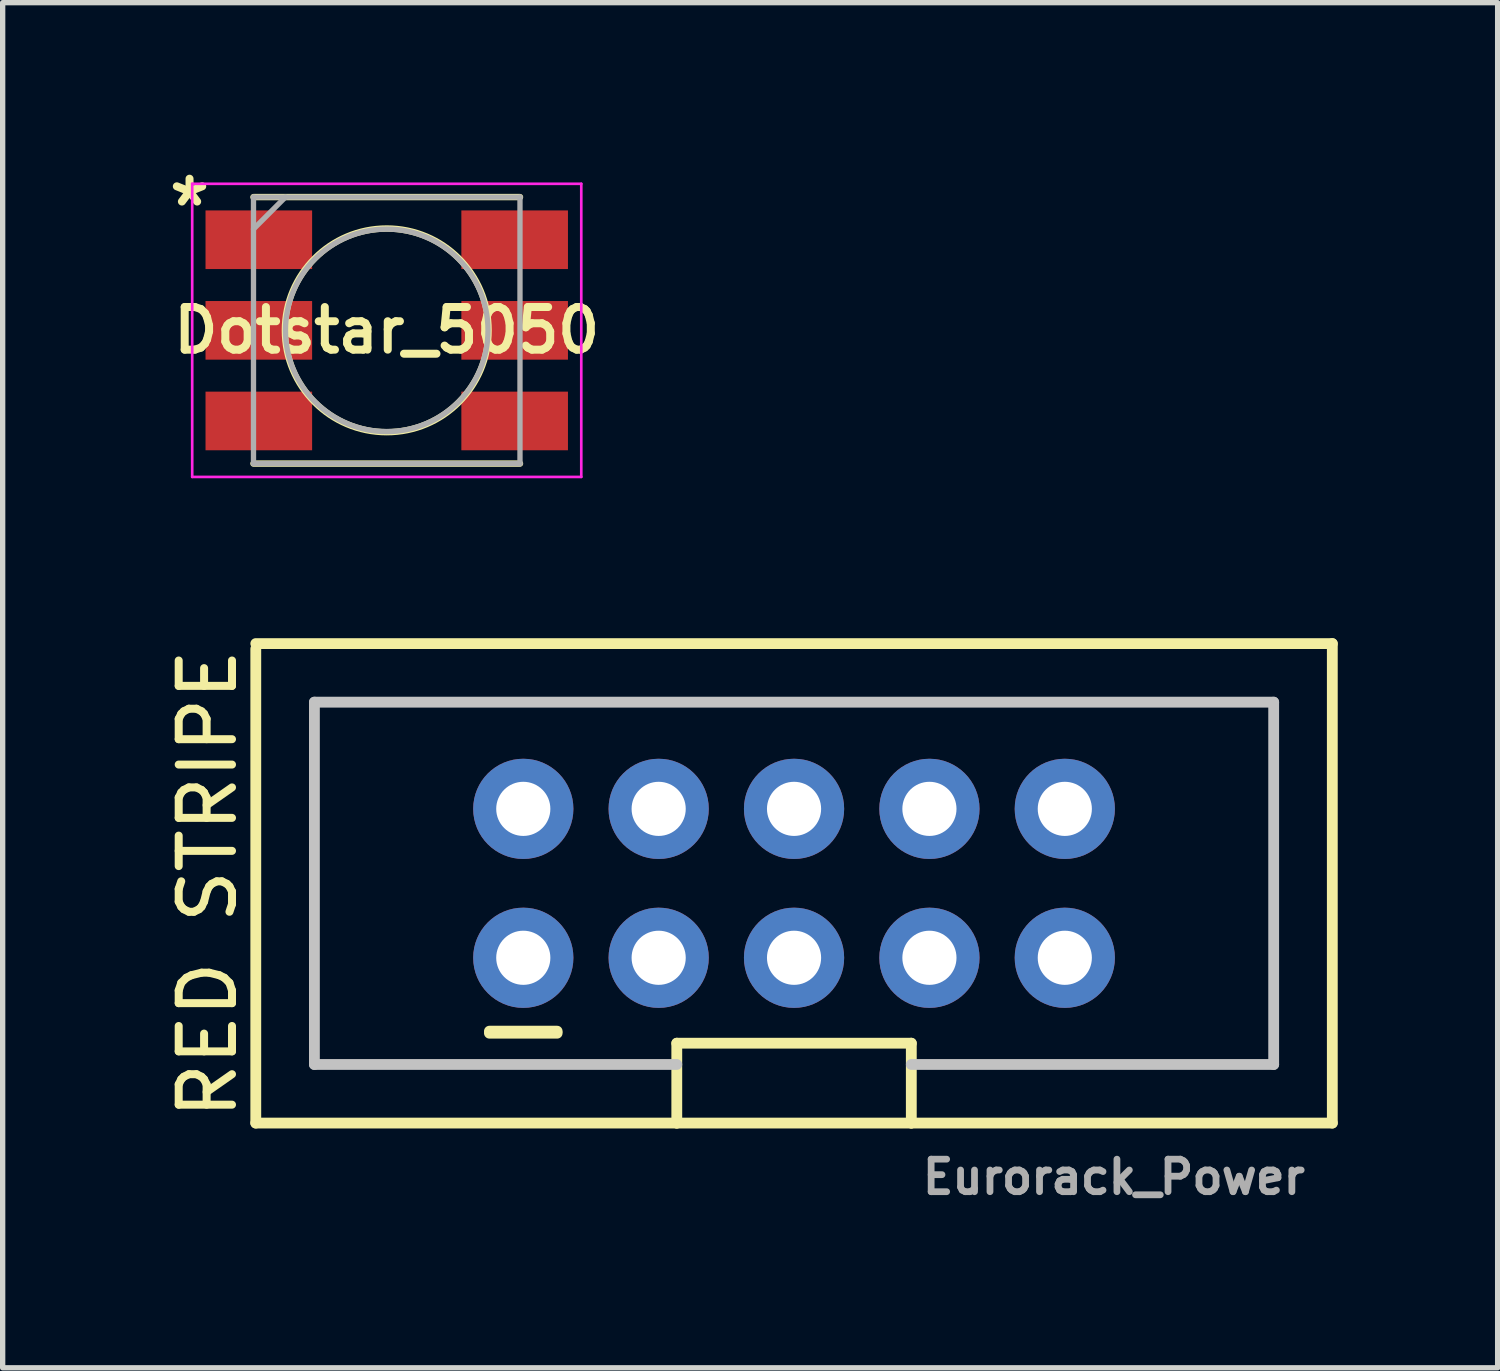
<source format=kicad_pcb>
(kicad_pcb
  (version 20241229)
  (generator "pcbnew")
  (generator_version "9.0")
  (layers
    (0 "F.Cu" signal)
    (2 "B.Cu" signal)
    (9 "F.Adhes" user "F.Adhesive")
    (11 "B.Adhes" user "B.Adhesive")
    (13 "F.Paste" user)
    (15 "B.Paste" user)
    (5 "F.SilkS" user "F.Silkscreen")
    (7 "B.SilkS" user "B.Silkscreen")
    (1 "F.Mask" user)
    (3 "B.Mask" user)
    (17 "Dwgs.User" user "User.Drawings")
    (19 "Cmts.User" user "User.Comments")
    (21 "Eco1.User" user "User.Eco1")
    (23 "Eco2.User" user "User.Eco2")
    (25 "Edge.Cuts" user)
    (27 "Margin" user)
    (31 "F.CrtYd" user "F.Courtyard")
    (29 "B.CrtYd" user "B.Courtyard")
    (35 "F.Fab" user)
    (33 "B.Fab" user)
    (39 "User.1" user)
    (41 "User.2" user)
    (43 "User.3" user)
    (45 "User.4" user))
  (footprint "Eurorack_Power"
    (layer "F.Cu")
    (at 11.848 13.533)
    (property "Reference" "Eurorack_Power" (at 6 5.5 180) (layer "F.Fab") (effects (font (size 0.61 0.61) (thickness 0.127))))
    (attr exclude_from_pos_files exclude_from_bom)
    (fp_line (start -10.099 -4.508) (end 10.099 -4.508) (stroke (width 0.203) (type solid)) (layer "F.SilkS"))
    (fp_line (start -10.099 4.488) (end -10.099 -4.409) (stroke (width 0.203) (type solid)) (layer "F.SilkS"))
    (fp_line (start -5.715 2.764) (end -4.445 2.764) (stroke (width 0.203) (type solid)) (layer "F.SilkS"))
    (fp_line (start -5.715 2.802) (end -4.445 2.802) (stroke (width 0.203) (type solid)) (layer "F.SilkS"))
    (fp_line (start -2.2 2.99) (end 2.2 2.99) (stroke (width 0.203) (type solid)) (layer "F.SilkS"))
    (fp_line (start -2.2 4.488) (end -10.099 4.488) (stroke (width 0.203) (type solid)) (layer "F.SilkS"))
    (fp_line (start -2.2 4.488) (end -2.2 2.99) (stroke (width 0.203) (type solid)) (layer "F.SilkS"))
    (fp_line (start 2.2 2.99) (end 2.2 4.488) (stroke (width 0.203) (type solid)) (layer "F.SilkS"))
    (fp_line (start 2.2 4.488) (end -2.2 4.488) (stroke (width 0.203) (type solid)) (layer "F.SilkS"))
    (fp_line (start 10.099 -4.508) (end 10.099 4.488) (stroke (width 0.203) (type solid)) (layer "F.SilkS"))
    (fp_line (start 10.099 4.488) (end 2.2 4.488) (stroke (width 0.203) (type solid)) (layer "F.SilkS"))
    (fp_line (start -8.999 -3.409) (end 8.999 -3.409) (stroke (width 0.203) (type solid)) (layer "Dwgs.User"))
    (fp_line (start -8.999 3.389) (end -8.999 -3.409) (stroke (width 0.203) (type solid)) (layer "Dwgs.User"))
    (fp_line (start -8.999 3.389) (end -2.2 3.389) (stroke (width 0.203) (type solid)) (layer "Dwgs.User"))
    (fp_line (start -5.334 -1.026) (end -5.334 -1.534) (stroke (width 0.066) (type solid)) (layer "Dwgs.User"))
    (fp_line (start -5.334 1.514) (end -5.334 1.006) (stroke (width 0.066) (type solid)) (layer "Dwgs.User"))
    (fp_line (start -4.826 -1.534) (end -5.334 -1.534) (stroke (width 0.066) (type solid)) (layer "Dwgs.User"))
    (fp_line (start -4.826 -1.026) (end -5.334 -1.026) (stroke (width 0.066) (type solid)) (layer "Dwgs.User"))
    (fp_line (start -4.826 -1.026) (end -4.826 -1.534) (stroke (width 0.066) (type solid)) (layer "Dwgs.User"))
    (fp_line (start -4.826 1.006) (end -5.334 1.006) (stroke (width 0.066) (type solid)) (layer "Dwgs.User"))
    (fp_line (start -4.826 1.514) (end -5.334 1.514) (stroke (width 0.066) (type solid)) (layer "Dwgs.User"))
    (fp_line (start -4.826 1.514) (end -4.826 1.006) (stroke (width 0.066) (type solid)) (layer "Dwgs.User"))
    (fp_line (start -2.794 -1.026) (end -2.794 -1.534) (stroke (width 0.066) (type solid)) (layer "Dwgs.User"))
    (fp_line (start -2.794 1.514) (end -2.794 1.006) (stroke (width 0.066) (type solid)) (layer "Dwgs.User"))
    (fp_line (start -2.286 -1.534) (end -2.794 -1.534) (stroke (width 0.066) (type solid)) (layer "Dwgs.User"))
    (fp_line (start -2.286 -1.026) (end -2.794 -1.026) (stroke (width 0.066) (type solid)) (layer "Dwgs.User"))
    (fp_line (start -2.286 -1.026) (end -2.286 -1.534) (stroke (width 0.066) (type solid)) (layer "Dwgs.User"))
    (fp_line (start -2.286 1.006) (end -2.794 1.006) (stroke (width 0.066) (type solid)) (layer "Dwgs.User"))
    (fp_line (start -2.286 1.514) (end -2.794 1.514) (stroke (width 0.066) (type solid)) (layer "Dwgs.User"))
    (fp_line (start -2.286 1.514) (end -2.286 1.006) (stroke (width 0.066) (type solid)) (layer "Dwgs.User"))
    (fp_line (start -0.254 -1.026) (end -0.254 -1.534) (stroke (width 0.066) (type solid)) (layer "Dwgs.User"))
    (fp_line (start -0.254 1.514) (end -0.254 1.006) (stroke (width 0.066) (type solid)) (layer "Dwgs.User"))
    (fp_line (start 0.254 -1.534) (end -0.254 -1.534) (stroke (width 0.066) (type solid)) (layer "Dwgs.User"))
    (fp_line (start 0.254 -1.026) (end -0.254 -1.026) (stroke (width 0.066) (type solid)) (layer "Dwgs.User"))
    (fp_line (start 0.254 -1.026) (end 0.254 -1.534) (stroke (width 0.066) (type solid)) (layer "Dwgs.User"))
    (fp_line (start 0.254 1.006) (end -0.254 1.006) (stroke (width 0.066) (type solid)) (layer "Dwgs.User"))
    (fp_line (start 0.254 1.514) (end -0.254 1.514) (stroke (width 0.066) (type solid)) (layer "Dwgs.User"))
    (fp_line (start 0.254 1.514) (end 0.254 1.006) (stroke (width 0.066) (type solid)) (layer "Dwgs.User"))
    (fp_line (start 2.286 -1.026) (end 2.286 -1.534) (stroke (width 0.066) (type solid)) (layer "Dwgs.User"))
    (fp_line (start 2.286 -1.026) (end 2.286 -1.534) (stroke (width 0.066) (type solid)) (layer "Dwgs.User"))
    (fp_line (start 2.286 1.514) (end 2.286 1.006) (stroke (width 0.066) (type solid)) (layer "Dwgs.User"))
    (fp_line (start 2.286 1.514) (end 2.286 1.006) (stroke (width 0.066) (type solid)) (layer "Dwgs.User"))
    (fp_line (start 2.794 -1.534) (end 2.286 -1.534) (stroke (width 0.066) (type solid)) (layer "Dwgs.User"))
    (fp_line (start 2.794 -1.534) (end 2.286 -1.534) (stroke (width 0.066) (type solid)) (layer "Dwgs.User"))
    (fp_line (start 2.794 -1.026) (end 2.286 -1.026) (stroke (width 0.066) (type solid)) (layer "Dwgs.User"))
    (fp_line (start 2.794 -1.026) (end 2.286 -1.026) (stroke (width 0.066) (type solid)) (layer "Dwgs.User"))
    (fp_line (start 2.794 -1.026) (end 2.794 -1.534) (stroke (width 0.066) (type solid)) (layer "Dwgs.User"))
    (fp_line (start 2.794 -1.026) (end 2.794 -1.534) (stroke (width 0.066) (type solid)) (layer "Dwgs.User"))
    (fp_line (start 2.794 1.006) (end 2.286 1.006) (stroke (width 0.066) (type solid)) (layer "Dwgs.User"))
    (fp_line (start 2.794 1.006) (end 2.286 1.006) (stroke (width 0.066) (type solid)) (layer "Dwgs.User"))
    (fp_line (start 2.794 1.514) (end 2.286 1.514) (stroke (width 0.066) (type solid)) (layer "Dwgs.User"))
    (fp_line (start 2.794 1.514) (end 2.286 1.514) (stroke (width 0.066) (type solid)) (layer "Dwgs.User"))
    (fp_line (start 2.794 1.514) (end 2.794 1.006) (stroke (width 0.066) (type solid)) (layer "Dwgs.User"))
    (fp_line (start 2.794 1.514) (end 2.794 1.006) (stroke (width 0.066) (type solid)) (layer "Dwgs.User"))
    (fp_line (start 4.826 -1.026) (end 4.826 -1.534) (stroke (width 0.066) (type solid)) (layer "Dwgs.User"))
    (fp_line (start 4.826 1.514) (end 4.826 1.006) (stroke (width 0.066) (type solid)) (layer "Dwgs.User"))
    (fp_line (start 5.334 -1.534) (end 4.826 -1.534) (stroke (width 0.066) (type solid)) (layer "Dwgs.User"))
    (fp_line (start 5.334 -1.026) (end 4.826 -1.026) (stroke (width 0.066) (type solid)) (layer "Dwgs.User"))
    (fp_line (start 5.334 -1.026) (end 5.334 -1.534) (stroke (width 0.066) (type solid)) (layer "Dwgs.User"))
    (fp_line (start 5.334 1.006) (end 4.826 1.006) (stroke (width 0.066) (type solid)) (layer "Dwgs.User"))
    (fp_line (start 5.334 1.514) (end 4.826 1.514) (stroke (width 0.066) (type solid)) (layer "Dwgs.User"))
    (fp_line (start 5.334 1.514) (end 5.334 1.006) (stroke (width 0.066) (type solid)) (layer "Dwgs.User"))
    (fp_line (start 8.999 3.389) (end 2.2 3.389) (stroke (width 0.203) (type solid)) (layer "Dwgs.User"))
    (fp_line (start 8.999 3.389) (end 8.999 -3.409) (stroke (width 0.203) (type solid)) (layer "Dwgs.User"))
    (fp_text user "RED STRIPE" (at -11 0 90) (layer "F.SilkS") (effects (font (size 1 1) (thickness 0.15))))
    (pad "1" thru_hole circle (at -5.08 1.387 90) (size 1.88 1.88) (drill 1.016) (layers "*.Cu" "*.Mask"))
    (pad "2" thru_hole circle (at -5.08 -1.407 90) (size 1.88 1.88) (drill 1.016) (layers "*.Cu" "*.Mask"))
    (pad "3" thru_hole circle (at -2.54 1.387 90) (size 1.88 1.88) (drill 1.016) (layers "*.Cu" "*.Mask"))
    (pad "4" thru_hole circle (at -2.54 -1.407 90) (size 1.88 1.88) (drill 1.016) (layers "*.Cu" "*.Mask"))
    (pad "5" thru_hole circle (at 0 1.387 90) (size 1.88 1.88) (drill 1.016) (layers "*.Cu" "*.Mask"))
    (pad "6" thru_hole circle (at 0 -1.407 90) (size 1.88 1.88) (drill 1.016) (layers "*.Cu" "*.Mask"))
    (pad "7" thru_hole circle (at 2.54 1.387 90) (size 1.88 1.88) (drill 1.016) (layers "*.Cu" "*.Mask"))
    (pad "8" thru_hole circle (at 2.54 -1.407 90) (size 1.88 1.88) (drill 1.016) (layers "*.Cu" "*.Mask"))
    (pad "9" thru_hole circle (at 5.08 1.387 90) (size 1.88 1.88) (drill 1.016) (layers "*.Cu" "*.Mask"))
    (pad "10" thru_hole circle (at 5.08 -1.407 90) (size 1.88 1.88) (drill 1.016) (layers "*.Cu" "*.Mask")))
  (footprint "Dotstar_5050"
    (layer "F.Cu")
    (at 4.206 3.148)
    (property "Reference" "Dotstar_5050" (at 0 0 180) (layer "F.SilkS") (effects (font (size 0.8 0.8) (thickness 0.15))))
    (attr smd)
    (fp_line (start -2.5 -2.5) (end 2.5 -2.5) (stroke (width 0.12) (type solid)) (layer "F.SilkS"))
    (fp_line (start 2.5 2.5) (end -2.5 2.5) (stroke (width 0.12) (type solid)) (layer "F.SilkS"))
    (fp_circle (center 0 0) (end 1.4 1.3) (stroke (width 0.12) (type solid)) (fill no) (layer "F.SilkS"))
    (fp_line (start -3.65 -2.75) (end -3.65 2.75) (stroke (width 0.05) (type solid)) (layer "F.CrtYd"))
    (fp_line (start -3.65 2.75) (end 3.65 2.75) (stroke (width 0.05) (type solid)) (layer "F.CrtYd"))
    (fp_line (start 3.65 -2.75) (end -3.65 -2.75) (stroke (width 0.05) (type solid)) (layer "F.CrtYd"))
    (fp_line (start 3.65 2.75) (end 3.65 -2.75) (stroke (width 0.05) (type solid)) (layer "F.CrtYd"))
    (fp_line (start -2.5 -2.5) (end -2.5 2.5) (stroke (width 0.1) (type solid)) (layer "F.Fab"))
    (fp_line (start -2.5 -1.9) (end -1.9 -2.5) (stroke (width 0.1) (type solid)) (layer "F.Fab"))
    (fp_line (start -2.5 2.5) (end 2.5 2.5) (stroke (width 0.1) (type solid)) (layer "F.Fab"))
    (fp_line (start 2.5 -2.5) (end -2.5 -2.5) (stroke (width 0.1) (type solid)) (layer "F.Fab"))
    (fp_line (start 2.5 2.5) (end 2.5 -2.5) (stroke (width 0.1) (type solid)) (layer "F.Fab"))
    (fp_circle (center 0 0) (end 0 -1.9) (stroke (width 0.1) (type solid)) (fill no) (layer "F.Fab"))
    (fp_text user "*" (at -3.7 -2.3 0) (layer "F.SilkS") (effects (font (size 1 1) (thickness 0.15))))
    (pad "1" smd rect (at -2.4 -1.7 90) (size 1.1 2) (layers "F.Cu" "F.Mask" "F.Paste"))
    (pad "2" smd rect (at -2.4 0 90) (size 1.1 2) (layers "F.Cu" "F.Mask" "F.Paste"))
    (pad "3" smd rect (at -2.4 1.7 90) (size 1.1 2) (layers "F.Cu" "F.Mask" "F.Paste"))
    (pad "4" smd rect (at 2.4 1.7 90) (size 1.1 2) (layers "F.Cu" "F.Mask" "F.Paste"))
    (pad "5" smd rect (at 2.4 0 90) (size 1.1 2) (layers "F.Cu" "F.Mask" "F.Paste"))
    (pad "6" smd rect (at 2.4 -1.7 90) (size 1.1 2) (layers "F.Cu" "F.Mask" "F.Paste")))
  (gr_rect
    (start -3 -3)
    (end 25.049 22.613)
    (stroke (width 0.1) (type default))
    (fill no)
    (layer "Edge.Cuts")))
</source>
